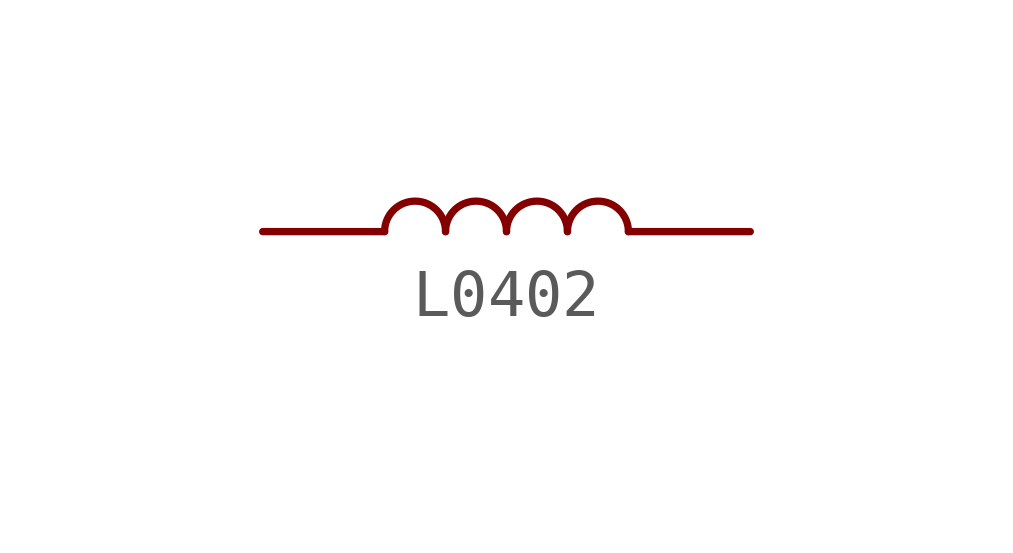
<source format=kicad_sym>
(kicad_symbol_lib
  (version 20231120)
  (generator "kicad_symbol_editor")
  (generator_version "8.99")
  (symbol "L0402"
    (property "Reference" ""
      (at 0 0 0)
      (effects (font (size 1.27 1.27)) (hide yes)))
    (property "ki_locked" ""
      (at 0 0 0)
      (effects (font (size 1.27 1.27))))
    (symbol "L0402_1_0"
      (arc (start -1.27 0) (mid -1.905 0.635) (end -2.54 0) (stroke (width 0.1524) (type solid)) (fill (type none)))
      (arc (start 0 0) (mid -0.635 0.635) (end -1.27 0) (stroke (width 0.1524) (type solid)) (fill (type none)))
      (arc (start 1.27 0) (mid 0.635 0.635) (end 0 0) (stroke (width 0.1524) (type solid)) (fill (type none)))
      (arc (start 2.54 0) (mid 1.905 0.635) (end 1.27 0) (stroke (width 0.1524) (type solid)) (fill (type none)))
      (pin bidirectional line (at -5.08 0 0) (length 2.54) (name "P$1" (effects (font (size 0 0)))) (number "1" (effects (font (size 0 0)))))
      (pin bidirectional line (at 5.08 0 180) (length 2.54) (name "P$2" (effects (font (size 0 0)))) (number "2" (effects (font (size 0 0))))))))
</source>
